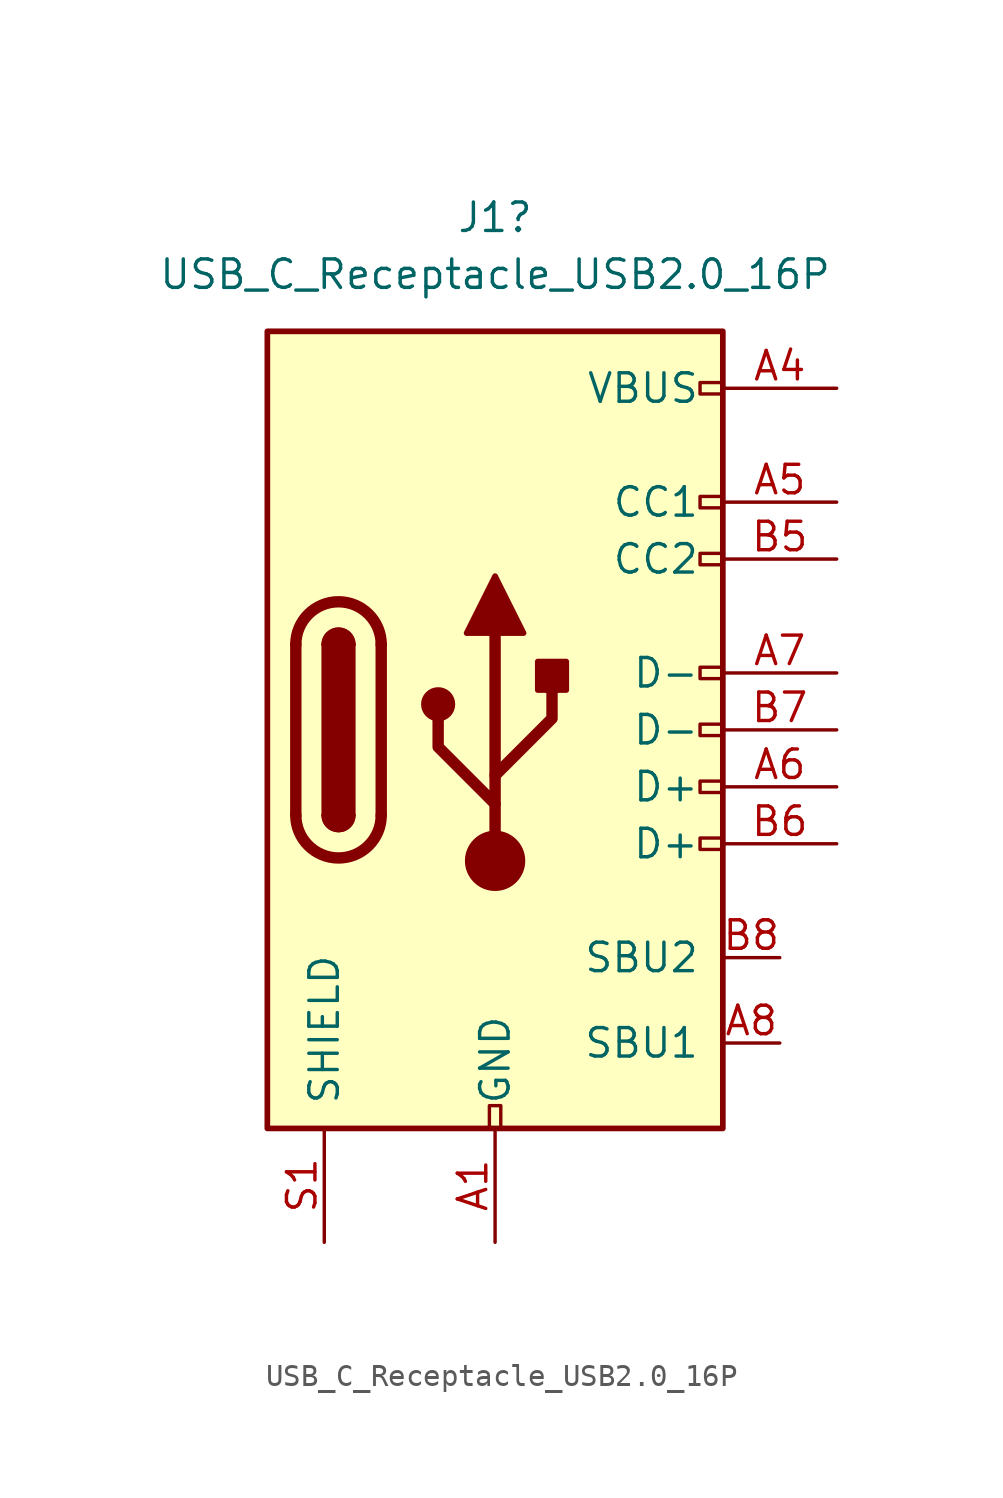
<source format=kicad_sym>
(kicad_symbol_lib
  (version 20231120)
  (generator "kicad_symbol_editor")
  (generator_version "8.0")
  (symbol "USB_C_Receptacle_USB2.0_16P"
    (pin_names
      (offset 1.016))
    (property "Reference" "J1"
      (at 0 22.86 0)
      (effects (font (size 1.27 1.27))))
    (property "Value" "USB_C_Receptacle_USB2.0_16P"
      (at 0 20.32 0)
      (effects (font (size 1.27 1.27))))
    (symbol "USB_C_Receptacle_USB2.0_16P_0_0"
      (rectangle (start -0.254 -17.78) (end 0.254 -16.764) (stroke (width 0) (type default)) (fill (type none)))
      (rectangle (start 10.16 -4.826) (end 9.144 -5.334) (stroke (width 0) (type default)) (fill (type none)))
      (rectangle (start 10.16 -2.286) (end 9.144 -2.794) (stroke (width 0) (type default)) (fill (type none)))
      (rectangle (start 10.16 0.254) (end 9.144 -0.254) (stroke (width 0) (type default)) (fill (type none)))
      (rectangle (start 10.16 2.794) (end 9.144 2.286) (stroke (width 0) (type default)) (fill (type none)))
      (rectangle (start 10.16 7.874) (end 9.144 7.366) (stroke (width 0) (type default)) (fill (type none)))
      (rectangle (start 10.16 10.414) (end 9.144 9.906) (stroke (width 0) (type default)) (fill (type none)))
      (rectangle (start 10.16 15.494) (end 9.144 14.986) (stroke (width 0) (type default)) (fill (type none))))
    (symbol "USB_C_Receptacle_USB2.0_16P_0_1"
      (rectangle (start -10.16 17.78) (end 10.16 -17.78) (stroke (width 0.254) (type default)) (fill (type background)))
      (arc (start -8.89 -3.81) (mid -6.985 -5.7067) (end -5.08 -3.81) (stroke (width 0.508) (type default)) (fill (type none)))
      (arc (start -7.62 -3.81) (mid -6.985 -4.4423) (end -6.35 -3.81) (stroke (width 0.254) (type default)) (fill (type none)))
      (arc (start -7.62 -3.81) (mid -6.985 -4.4423) (end -6.35 -3.81) (stroke (width 0.254) (type default)) (fill (type outline)))
      (rectangle (start -7.62 -3.81) (end -6.35 3.81) (stroke (width 0.254) (type default)) (fill (type outline)))
      (arc (start -6.35 3.81) (mid -6.985 4.4423) (end -7.62 3.81) (stroke (width 0.254) (type default)) (fill (type none)))
      (arc (start -6.35 3.81) (mid -6.985 4.4423) (end -7.62 3.81) (stroke (width 0.254) (type default)) (fill (type outline)))
      (arc (start -5.08 3.81) (mid -6.985 5.7067) (end -8.89 3.81) (stroke (width 0.508) (type default)) (fill (type none)))
      (circle (center -2.54 1.143) (radius 0.635) (stroke (width 0.254) (type default)) (fill (type outline)))
      (circle (center 0 -5.842) (radius 1.27) (stroke (width 0) (type default)) (fill (type outline)))
      (polyline (pts (xy -8.89 -3.81) (xy -8.89 3.81)) (stroke (width 0.508) (type default)) (fill (type none)))
      (polyline (pts (xy -5.08 3.81) (xy -5.08 -3.81)) (stroke (width 0.508) (type default)) (fill (type none)))
      (polyline (pts (xy 0 -5.842) (xy 0 4.318)) (stroke (width 0.508) (type default)) (fill (type none)))
      (polyline (pts (xy 0 -3.302) (xy -2.54 -0.762) (xy -2.54 0.508)) (stroke (width 0.508) (type default)) (fill (type none)))
      (polyline (pts (xy 0 -2.032) (xy 2.54 0.508) (xy 2.54 1.778)) (stroke (width 0.508) (type default)) (fill (type none)))
      (polyline (pts (xy -1.27 4.318) (xy 0 6.858) (xy 1.27 4.318) (xy -1.27 4.318)) (stroke (width 0.254) (type default)) (fill (type outline)))
      (rectangle (start 1.905 1.778) (end 3.175 3.048) (stroke (width 0.254) (type default)) (fill (type outline))))
    (symbol "USB_C_Receptacle_USB2.0_16P_1_1"
      (pin passive line (at 0 -22.86 90) (length 5.08) (name "GND" (effects (font (size 1.27 1.27)))) (number "A1" (effects (font (size 1.27 1.27)))))
      (pin passive line (at 15.24 15.24 180) (length 5.08) (name "VBUS" (effects (font (size 1.27 1.27)))) (number "A4" (effects (font (size 1.27 1.27)))))
      (pin bidirectional line (at 15.24 10.16 180) (length 5.08) (name "CC1" (effects (font (size 1.27 1.27)))) (number "A5" (effects (font (size 1.27 1.27)))))
      (pin bidirectional line (at 15.24 -2.54 180) (length 5.08) (name "D+" (effects (font (size 1.27 1.27)))) (number "A6" (effects (font (size 1.27 1.27)))))
      (pin bidirectional line (at 15.24 2.54 180) (length 5.08) (name "D-" (effects (font (size 1.27 1.27)))) (number "A7" (effects (font (size 1.27 1.27)))))
      (pin bidirectional line (at 12.7 -13.97 180) (length 2.54) (name "SBU1" (effects (font (size 1.27 1.27)))) (number "A8" (effects (font (size 1.27 1.27)))))
      (pin bidirectional line (at 15.24 7.62 180) (length 5.08) (name "CC2" (effects (font (size 1.27 1.27)))) (number "B5" (effects (font (size 1.27 1.27)))))
      (pin bidirectional line (at 15.24 -5.08 180) (length 5.08) (name "D+" (effects (font (size 1.27 1.27)))) (number "B6" (effects (font (size 1.27 1.27)))))
      (pin bidirectional line (at 15.24 0 180) (length 5.08) (name "D-" (effects (font (size 1.27 1.27)))) (number "B7" (effects (font (size 1.27 1.27)))))
      (pin bidirectional line (at 12.7 -10.16 180) (length 2.54) (name "SBU2" (effects (font (size 1.27 1.27)))) (number "B8" (effects (font (size 1.27 1.27)))))
      (pin passive line (at -7.62 -22.86 90) (length 5.08) (name "SHIELD" (effects (font (size 1.27 1.27)))) (number "S1" (effects (font (size 1.27 1.27))))))))
</source>
